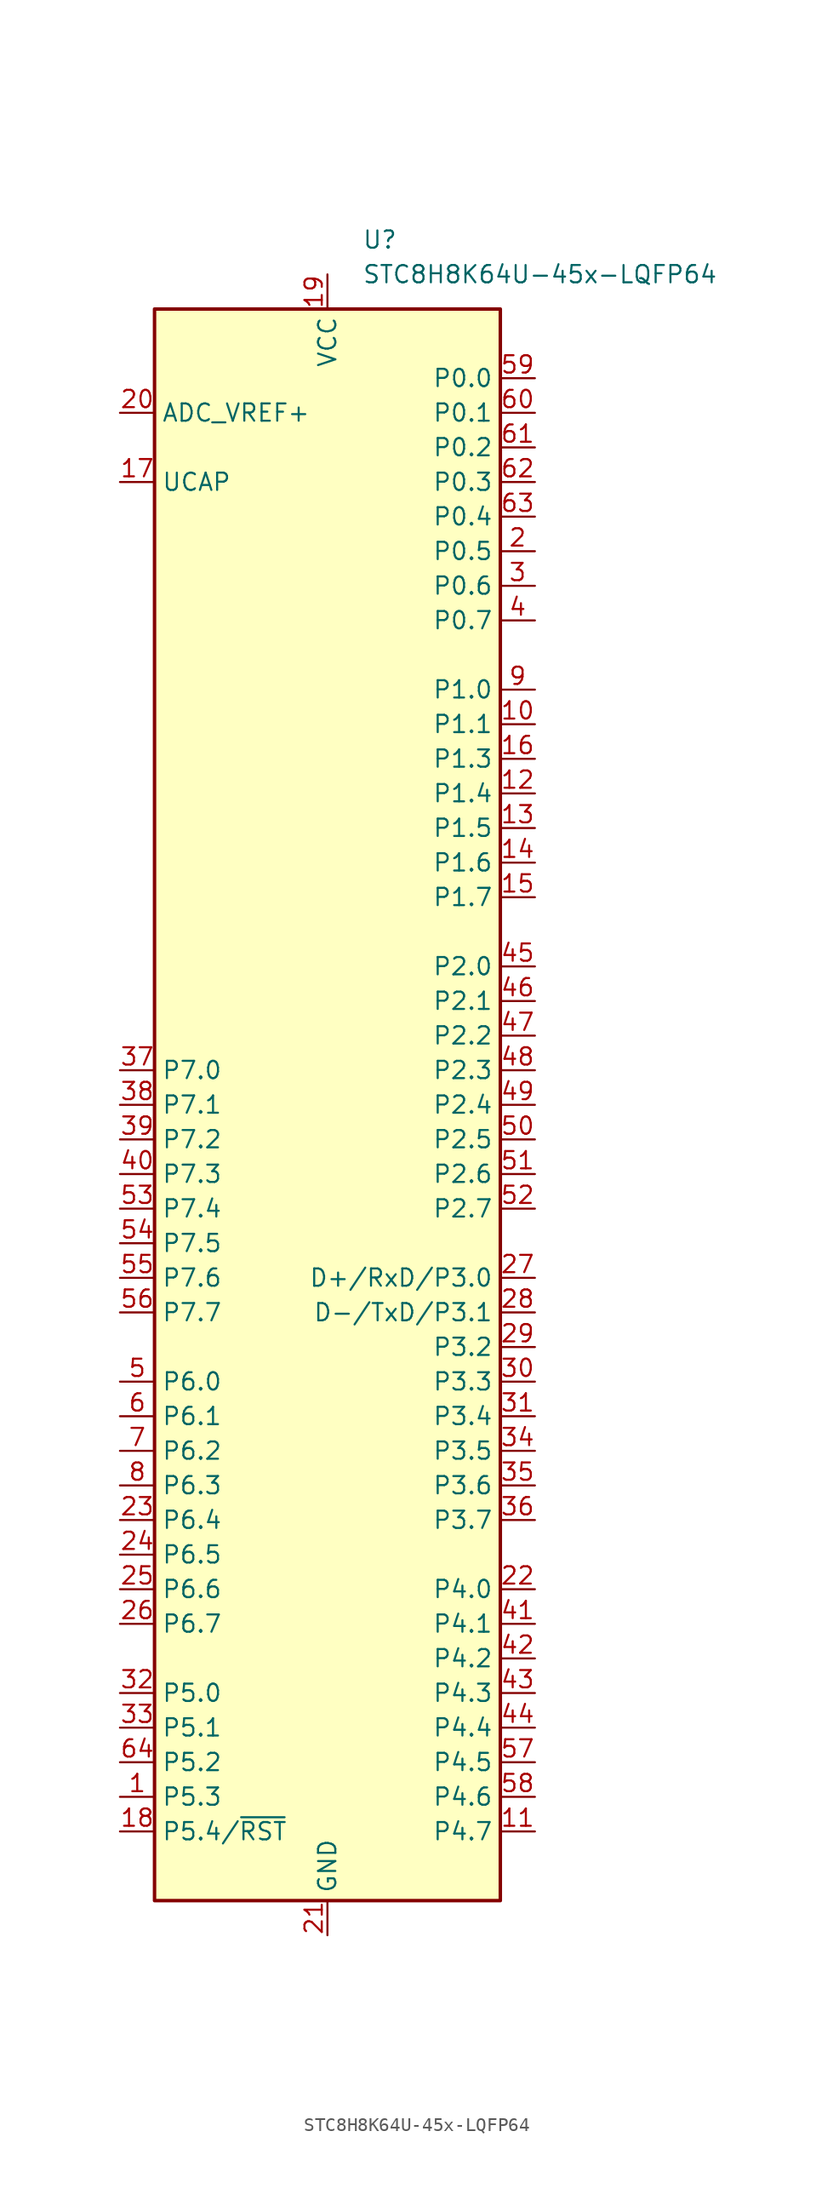
<source format=kicad_sym>
(kicad_symbol_lib
  (version 20211014)
  (generator kicad_symbol_editor)
  (symbol "STC8H8K64U-45x-LQFP64"
    (property "Reference" "U"
      (at 2.54 63.5 0)
      (effects (font (size 1.27 1.27)) (justify left)))
    (property "Value" "STC8H8K64U-45x-LQFP64"
      (at 2.54 60.96 0)
      (effects (font (size 1.27 1.27)) (justify left)))
    (symbol "STC8H8K64U-45x-LQFP64_0_1"
      (rectangle (start -12.7 58.42) (end 12.7 -58.42) (stroke (width 0.254) (type default) (color 0 0 0 0)) (fill (type background))))
    (symbol "STC8H8K64U-45x-LQFP64_1_1"
      (pin bidirectional line (at -15.24 -50.8 0) (length 2.54) (name "P5.3" (effects (font (size 1.27 1.27)))) (number "1" (effects (font (size 1.27 1.27)))))
      (pin bidirectional line (at 15.24 27.94 180) (length 2.54) (name "P1.1" (effects (font (size 1.27 1.27)))) (number "10" (effects (font (size 1.27 1.27)))))
      (pin bidirectional line (at 15.24 -53.34 180) (length 2.54) (name "P4.7" (effects (font (size 1.27 1.27)))) (number "11" (effects (font (size 1.27 1.27)))))
      (pin bidirectional line (at 15.24 22.86 180) (length 2.54) (name "P1.4" (effects (font (size 1.27 1.27)))) (number "12" (effects (font (size 1.27 1.27)))))
      (pin bidirectional line (at 15.24 20.32 180) (length 2.54) (name "P1.5" (effects (font (size 1.27 1.27)))) (number "13" (effects (font (size 1.27 1.27)))))
      (pin bidirectional line (at 15.24 17.78 180) (length 2.54) (name "P1.6" (effects (font (size 1.27 1.27)))) (number "14" (effects (font (size 1.27 1.27)))))
      (pin bidirectional line (at 15.24 15.24 180) (length 2.54) (name "P1.7" (effects (font (size 1.27 1.27)))) (number "15" (effects (font (size 1.27 1.27)))))
      (pin bidirectional line (at 15.24 25.4 180) (length 2.54) (name "P1.3" (effects (font (size 1.27 1.27)))) (number "16" (effects (font (size 1.27 1.27)))))
      (pin passive line (at -15.24 45.72 0) (length 2.54) (name "UCAP" (effects (font (size 1.27 1.27)))) (number "17" (effects (font (size 1.27 1.27)))))
      (pin bidirectional line (at -15.24 -53.34 0) (length 2.54) (name "P5.4/~{RST}" (effects (font (size 1.27 1.27)))) (number "18" (effects (font (size 1.27 1.27)))))
      (pin power_in line (at 0 60.96 270) (length 2.54) (name "VCC" (effects (font (size 1.27 1.27)))) (number "19" (effects (font (size 1.27 1.27)))))
      (pin bidirectional line (at 15.24 40.64 180) (length 2.54) (name "P0.5" (effects (font (size 1.27 1.27)))) (number "2" (effects (font (size 1.27 1.27)))))
      (pin power_in line (at -15.24 50.8 0) (length 2.54) (name "ADC_VREF+" (effects (font (size 1.27 1.27)))) (number "20" (effects (font (size 1.27 1.27)))))
      (pin power_in line (at 0 -60.96 90) (length 2.54) (name "GND" (effects (font (size 1.27 1.27)))) (number "21" (effects (font (size 1.27 1.27)))))
      (pin bidirectional line (at 15.24 -35.56 180) (length 2.54) (name "P4.0" (effects (font (size 1.27 1.27)))) (number "22" (effects (font (size 1.27 1.27)))))
      (pin bidirectional line (at -15.24 -30.48 0) (length 2.54) (name "P6.4" (effects (font (size 1.27 1.27)))) (number "23" (effects (font (size 1.27 1.27)))))
      (pin bidirectional line (at -15.24 -33.02 0) (length 2.54) (name "P6.5" (effects (font (size 1.27 1.27)))) (number "24" (effects (font (size 1.27 1.27)))))
      (pin bidirectional line (at -15.24 -35.56 0) (length 2.54) (name "P6.6" (effects (font (size 1.27 1.27)))) (number "25" (effects (font (size 1.27 1.27)))))
      (pin bidirectional line (at -15.24 -38.1 0) (length 2.54) (name "P6.7" (effects (font (size 1.27 1.27)))) (number "26" (effects (font (size 1.27 1.27)))))
      (pin bidirectional line (at 15.24 -12.7 180) (length 2.54) (name "D+/RxD/P3.0" (effects (font (size 1.27 1.27)))) (number "27" (effects (font (size 1.27 1.27)))))
      (pin bidirectional line (at 15.24 -15.24 180) (length 2.54) (name "D-/TxD/P3.1" (effects (font (size 1.27 1.27)))) (number "28" (effects (font (size 1.27 1.27)))))
      (pin bidirectional line (at 15.24 -17.78 180) (length 2.54) (name "P3.2" (effects (font (size 1.27 1.27)))) (number "29" (effects (font (size 1.27 1.27)))))
      (pin bidirectional line (at 15.24 38.1 180) (length 2.54) (name "P0.6" (effects (font (size 1.27 1.27)))) (number "3" (effects (font (size 1.27 1.27)))))
      (pin bidirectional line (at 15.24 -20.32 180) (length 2.54) (name "P3.3" (effects (font (size 1.27 1.27)))) (number "30" (effects (font (size 1.27 1.27)))))
      (pin bidirectional line (at 15.24 -22.86 180) (length 2.54) (name "P3.4" (effects (font (size 1.27 1.27)))) (number "31" (effects (font (size 1.27 1.27)))))
      (pin bidirectional line (at -15.24 -43.18 0) (length 2.54) (name "P5.0" (effects (font (size 1.27 1.27)))) (number "32" (effects (font (size 1.27 1.27)))))
      (pin bidirectional line (at -15.24 -45.72 0) (length 2.54) (name "P5.1" (effects (font (size 1.27 1.27)))) (number "33" (effects (font (size 1.27 1.27)))))
      (pin bidirectional line (at 15.24 -25.4 180) (length 2.54) (name "P3.5" (effects (font (size 1.27 1.27)))) (number "34" (effects (font (size 1.27 1.27)))))
      (pin bidirectional line (at 15.24 -27.94 180) (length 2.54) (name "P3.6" (effects (font (size 1.27 1.27)))) (number "35" (effects (font (size 1.27 1.27)))))
      (pin bidirectional line (at 15.24 -30.48 180) (length 2.54) (name "P3.7" (effects (font (size 1.27 1.27)))) (number "36" (effects (font (size 1.27 1.27)))))
      (pin bidirectional line (at -15.24 2.54 0) (length 2.54) (name "P7.0" (effects (font (size 1.27 1.27)))) (number "37" (effects (font (size 1.27 1.27)))))
      (pin bidirectional line (at -15.24 0 0) (length 2.54) (name "P7.1" (effects (font (size 1.27 1.27)))) (number "38" (effects (font (size 1.27 1.27)))))
      (pin bidirectional line (at -15.24 -2.54 0) (length 2.54) (name "P7.2" (effects (font (size 1.27 1.27)))) (number "39" (effects (font (size 1.27 1.27)))))
      (pin bidirectional line (at 15.24 35.56 180) (length 2.54) (name "P0.7" (effects (font (size 1.27 1.27)))) (number "4" (effects (font (size 1.27 1.27)))))
      (pin bidirectional line (at -15.24 -5.08 0) (length 2.54) (name "P7.3" (effects (font (size 1.27 1.27)))) (number "40" (effects (font (size 1.27 1.27)))))
      (pin bidirectional line (at 15.24 -38.1 180) (length 2.54) (name "P4.1" (effects (font (size 1.27 1.27)))) (number "41" (effects (font (size 1.27 1.27)))))
      (pin bidirectional line (at 15.24 -40.64 180) (length 2.54) (name "P4.2" (effects (font (size 1.27 1.27)))) (number "42" (effects (font (size 1.27 1.27)))))
      (pin bidirectional line (at 15.24 -43.18 180) (length 2.54) (name "P4.3" (effects (font (size 1.27 1.27)))) (number "43" (effects (font (size 1.27 1.27)))))
      (pin bidirectional line (at 15.24 -45.72 180) (length 2.54) (name "P4.4" (effects (font (size 1.27 1.27)))) (number "44" (effects (font (size 1.27 1.27)))))
      (pin bidirectional line (at 15.24 10.16 180) (length 2.54) (name "P2.0" (effects (font (size 1.27 1.27)))) (number "45" (effects (font (size 1.27 1.27)))))
      (pin bidirectional line (at 15.24 7.62 180) (length 2.54) (name "P2.1" (effects (font (size 1.27 1.27)))) (number "46" (effects (font (size 1.27 1.27)))))
      (pin bidirectional line (at 15.24 5.08 180) (length 2.54) (name "P2.2" (effects (font (size 1.27 1.27)))) (number "47" (effects (font (size 1.27 1.27)))))
      (pin bidirectional line (at 15.24 2.54 180) (length 2.54) (name "P2.3" (effects (font (size 1.27 1.27)))) (number "48" (effects (font (size 1.27 1.27)))))
      (pin bidirectional line (at 15.24 0 180) (length 2.54) (name "P2.4" (effects (font (size 1.27 1.27)))) (number "49" (effects (font (size 1.27 1.27)))))
      (pin bidirectional line (at -15.24 -20.32 0) (length 2.54) (name "P6.0" (effects (font (size 1.27 1.27)))) (number "5" (effects (font (size 1.27 1.27)))))
      (pin bidirectional line (at 15.24 -2.54 180) (length 2.54) (name "P2.5" (effects (font (size 1.27 1.27)))) (number "50" (effects (font (size 1.27 1.27)))))
      (pin bidirectional line (at 15.24 -5.08 180) (length 2.54) (name "P2.6" (effects (font (size 1.27 1.27)))) (number "51" (effects (font (size 1.27 1.27)))))
      (pin bidirectional line (at 15.24 -7.62 180) (length 2.54) (name "P2.7" (effects (font (size 1.27 1.27)))) (number "52" (effects (font (size 1.27 1.27)))))
      (pin bidirectional line (at -15.24 -7.62 0) (length 2.54) (name "P7.4" (effects (font (size 1.27 1.27)))) (number "53" (effects (font (size 1.27 1.27)))))
      (pin bidirectional line (at -15.24 -10.16 0) (length 2.54) (name "P7.5" (effects (font (size 1.27 1.27)))) (number "54" (effects (font (size 1.27 1.27)))))
      (pin bidirectional line (at -15.24 -12.7 0) (length 2.54) (name "P7.6" (effects (font (size 1.27 1.27)))) (number "55" (effects (font (size 1.27 1.27)))))
      (pin bidirectional line (at -15.24 -15.24 0) (length 2.54) (name "P7.7" (effects (font (size 1.27 1.27)))) (number "56" (effects (font (size 1.27 1.27)))))
      (pin bidirectional line (at 15.24 -48.26 180) (length 2.54) (name "P4.5" (effects (font (size 1.27 1.27)))) (number "57" (effects (font (size 1.27 1.27)))))
      (pin bidirectional line (at 15.24 -50.8 180) (length 2.54) (name "P4.6" (effects (font (size 1.27 1.27)))) (number "58" (effects (font (size 1.27 1.27)))))
      (pin bidirectional line (at 15.24 53.34 180) (length 2.54) (name "P0.0" (effects (font (size 1.27 1.27)))) (number "59" (effects (font (size 1.27 1.27)))))
      (pin bidirectional line (at -15.24 -22.86 0) (length 2.54) (name "P6.1" (effects (font (size 1.27 1.27)))) (number "6" (effects (font (size 1.27 1.27)))))
      (pin bidirectional line (at 15.24 50.8 180) (length 2.54) (name "P0.1" (effects (font (size 1.27 1.27)))) (number "60" (effects (font (size 1.27 1.27)))))
      (pin bidirectional line (at 15.24 48.26 180) (length 2.54) (name "P0.2" (effects (font (size 1.27 1.27)))) (number "61" (effects (font (size 1.27 1.27)))))
      (pin bidirectional line (at 15.24 45.72 180) (length 2.54) (name "P0.3" (effects (font (size 1.27 1.27)))) (number "62" (effects (font (size 1.27 1.27)))))
      (pin bidirectional line (at 15.24 43.18 180) (length 2.54) (name "P0.4" (effects (font (size 1.27 1.27)))) (number "63" (effects (font (size 1.27 1.27)))))
      (pin bidirectional line (at -15.24 -48.26 0) (length 2.54) (name "P5.2" (effects (font (size 1.27 1.27)))) (number "64" (effects (font (size 1.27 1.27)))))
      (pin bidirectional line (at -15.24 -25.4 0) (length 2.54) (name "P6.2" (effects (font (size 1.27 1.27)))) (number "7" (effects (font (size 1.27 1.27)))))
      (pin bidirectional line (at -15.24 -27.94 0) (length 2.54) (name "P6.3" (effects (font (size 1.27 1.27)))) (number "8" (effects (font (size 1.27 1.27)))))
      (pin bidirectional line (at 15.24 30.48 180) (length 2.54) (name "P1.0" (effects (font (size 1.27 1.27)))) (number "9" (effects (font (size 1.27 1.27))))))))
</source>
